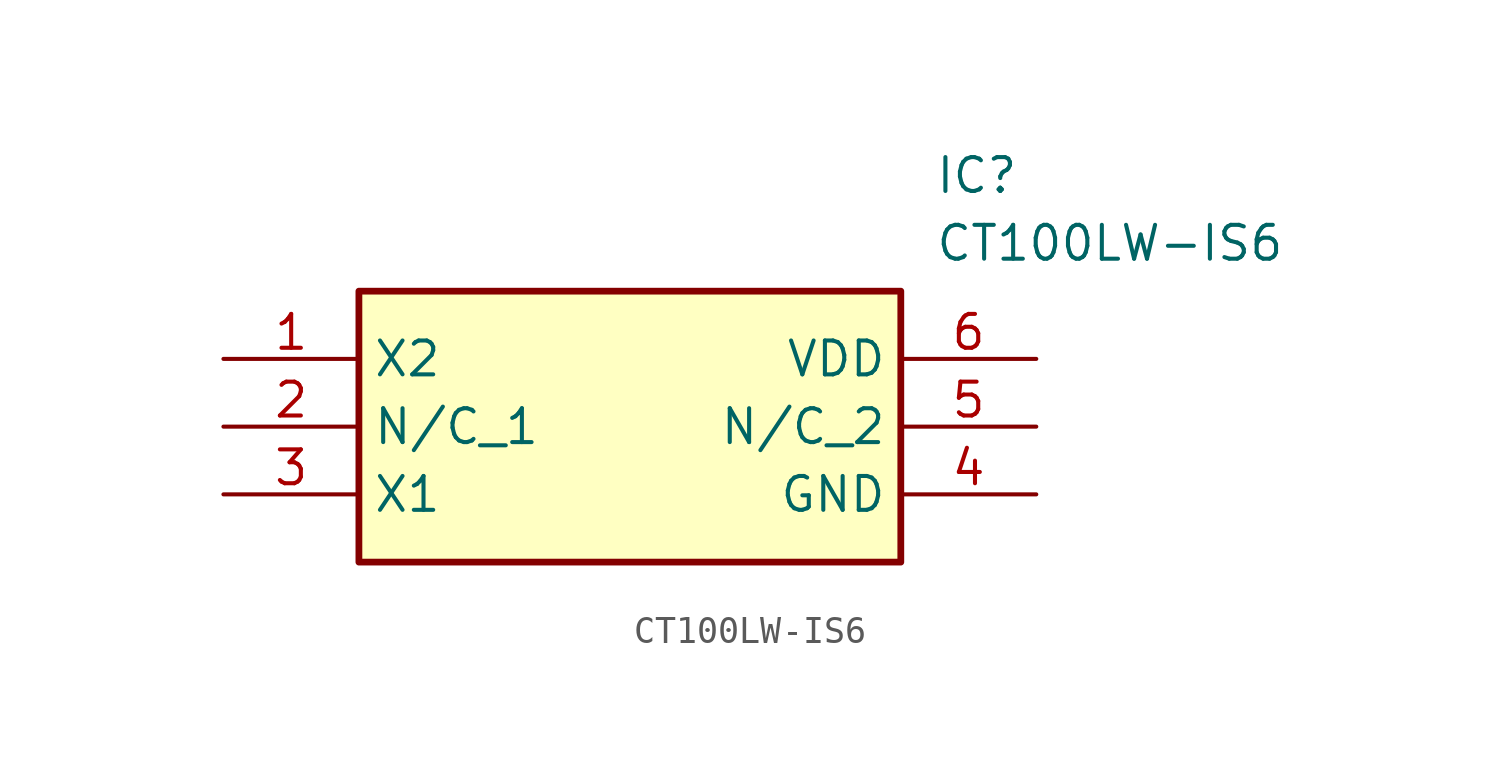
<source format=kicad_sym>
(kicad_symbol_lib
  (version 20211014)
  (generator SamacSys_ECAD_Model)
  (symbol "CT100LW-IS6"
    (property "Reference" "IC"
      (at 26.67 7.62 0)
      (effects (font (size 1.27 1.27)) (justify left top)))
    (property "Value" "CT100LW-IS6"
      (at 26.67 5.08 0)
      (effects (font (size 1.27 1.27)) (justify left top)))
    (rectangle
      (start 5.08 2.54)
      (end 25.4 -7.62)
      (stroke (width 0.254) (type default))
      (fill (type background)))
    (pin passive line
      (at 0 0 0)
      (length 5.08)
      (name "X2" (effects (font (size 1.27 1.27))))
      (number "1" (effects (font (size 1.27 1.27)))))
    (pin passive line
      (at 0 -2.54 0)
      (length 5.08)
      (name "N/C_1" (effects (font (size 1.27 1.27))))
      (number "2" (effects (font (size 1.27 1.27)))))
    (pin passive line
      (at 0 -5.08 0)
      (length 5.08)
      (name "X1" (effects (font (size 1.27 1.27))))
      (number "3" (effects (font (size 1.27 1.27)))))
    (pin passive line
      (at 30.48 0 180)
      (length 5.08)
      (name "VDD" (effects (font (size 1.27 1.27))))
      (number "6" (effects (font (size 1.27 1.27)))))
    (pin passive line
      (at 30.48 -2.54 180)
      (length 5.08)
      (name "N/C_2" (effects (font (size 1.27 1.27))))
      (number "5" (effects (font (size 1.27 1.27)))))
    (pin passive line
      (at 30.48 -5.08 180)
      (length 5.08)
      (name "GND" (effects (font (size 1.27 1.27))))
      (number "4" (effects (font (size 1.27 1.27)))))))
</source>
